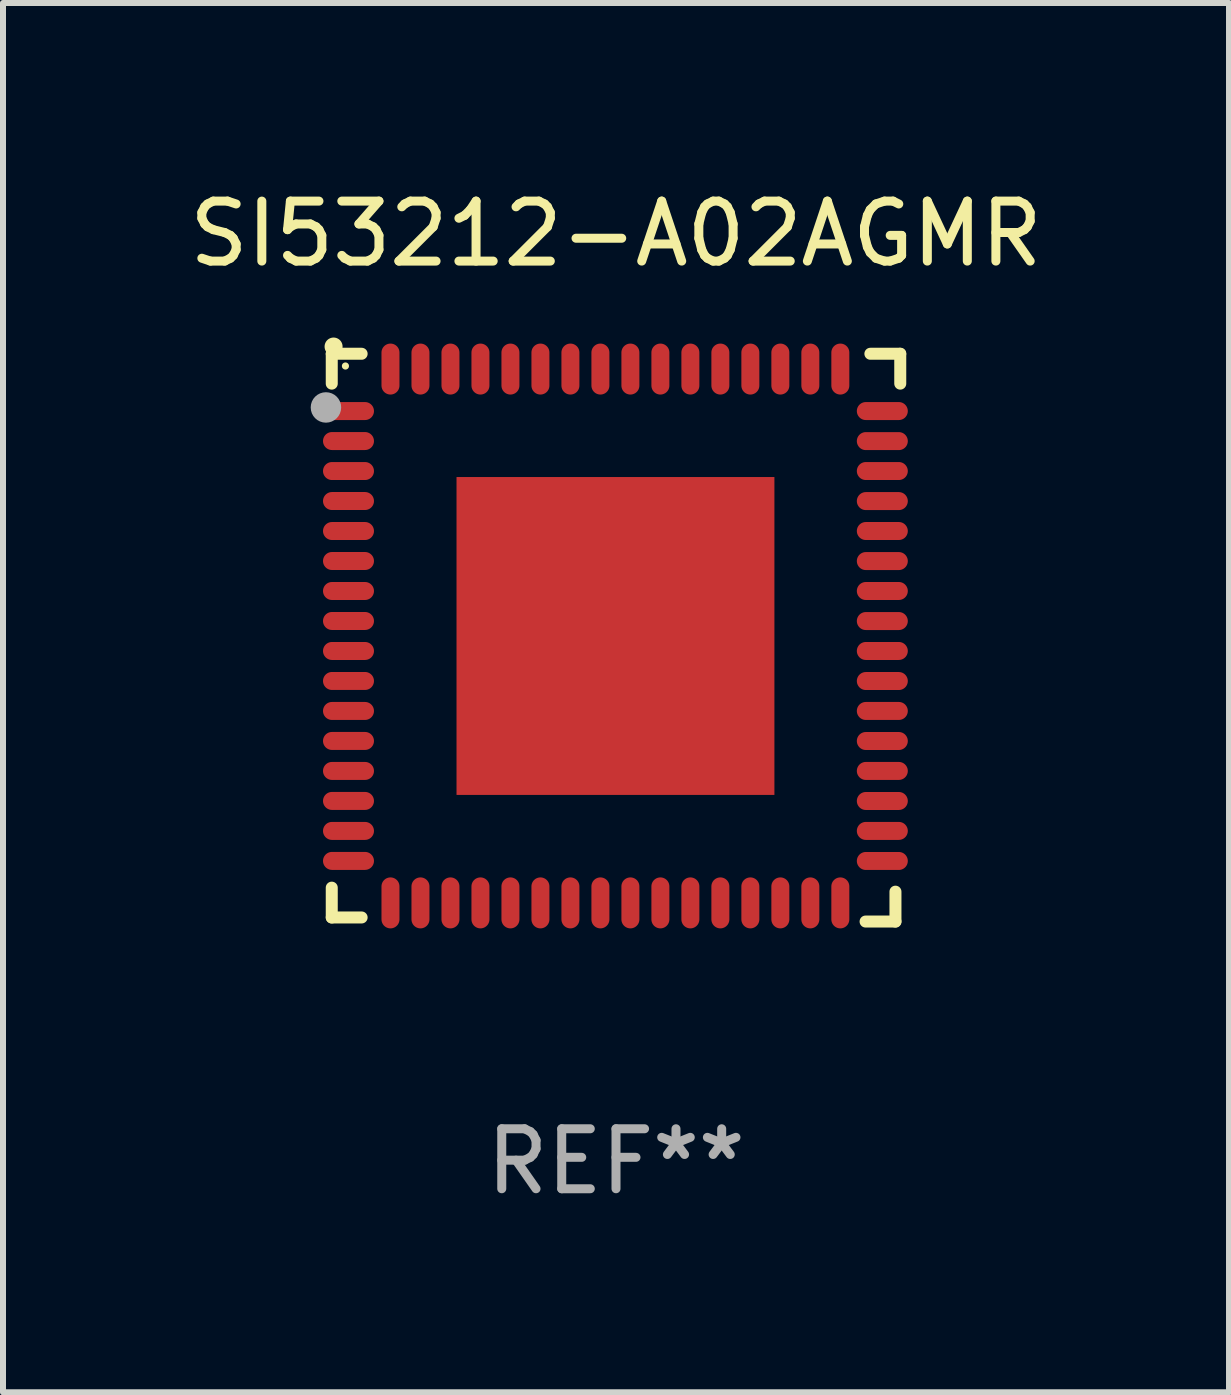
<source format=kicad_pcb>
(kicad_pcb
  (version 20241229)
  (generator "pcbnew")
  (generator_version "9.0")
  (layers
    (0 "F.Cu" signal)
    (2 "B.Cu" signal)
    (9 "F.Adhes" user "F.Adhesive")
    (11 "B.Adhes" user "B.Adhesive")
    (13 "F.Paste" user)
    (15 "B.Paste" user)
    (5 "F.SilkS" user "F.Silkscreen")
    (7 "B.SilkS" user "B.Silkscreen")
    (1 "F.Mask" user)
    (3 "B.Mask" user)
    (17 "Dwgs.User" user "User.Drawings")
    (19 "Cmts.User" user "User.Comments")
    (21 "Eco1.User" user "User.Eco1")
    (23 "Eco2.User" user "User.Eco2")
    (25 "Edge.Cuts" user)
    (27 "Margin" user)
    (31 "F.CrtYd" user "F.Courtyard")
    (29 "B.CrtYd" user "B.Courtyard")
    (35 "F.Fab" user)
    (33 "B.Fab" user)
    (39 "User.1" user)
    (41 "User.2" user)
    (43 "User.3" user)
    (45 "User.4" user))
  (footprint "SI53212-A02AGMR"
    (layer "F.Cu")
    (at 7.22 7.581)
    (property "Reference" "SI53212-A02AGMR" (at 0 -6.733 0) (layer "F.SilkS") (effects (font (size 1 1) (thickness 0.15))))
    (attr through_hole)
    (fp_line (start -4.739 -4.733) (end -4.241 -4.733) (stroke (width 0.2) (type solid)) (layer "F.SilkS"))
    (fp_line (start -4.739 -4.235) (end -4.739 -4.733) (stroke (width 0.2) (type solid)) (layer "F.SilkS"))
    (fp_line (start -4.739 4.168) (end -4.739 4.665) (stroke (width 0.2) (type solid)) (layer "F.SilkS"))
    (fp_line (start -4.739 4.665) (end -4.241 4.665) (stroke (width 0.2) (type solid)) (layer "F.SilkS"))
    (fp_line (start 4.161 4.733) (end 4.659 4.733) (stroke (width 0.2) (type solid)) (layer "F.SilkS"))
    (fp_line (start 4.241 -4.733) (end 4.739 -4.733) (stroke (width 0.2) (type solid)) (layer "F.SilkS"))
    (fp_line (start 4.659 4.733) (end 4.659 4.235) (stroke (width 0.2) (type solid)) (layer "F.SilkS"))
    (fp_line (start 4.739 -4.733) (end 4.739 -4.235) (stroke (width 0.2) (type solid)) (layer "F.SilkS"))
    (fp_arc (start -4.708623 -4.85108) (mid -4.708628 -4.85235) (end -4.708623 -4.85362) (stroke (width 0.3) (type solid)) (layer "F.SilkS"))
    (fp_circle (center -4.511 -4.529) (end -4.481 -4.529) (stroke (width 0.06) (type solid)) (fill no) (layer "F.SilkS"))
    (fp_circle (center -4.836 -3.838) (end -4.709 -3.838) (stroke (width 0.254) (type solid)) (fill no) (layer "F.Fab"))
    (fp_text user "REF**" (at 0 8.733 0) (layer "F.Fab") (effects (font (size 1 1) (thickness 0.15))))
    (pad "1" smd oval (at -4.46 -3.778) (size 0.85 0.3) (layers "F.Cu" "F.Mask" "F.Paste"))
    (pad "2" smd oval (at -4.46 -3.278) (size 0.85 0.3) (layers "F.Cu" "F.Mask" "F.Paste"))
    (pad "3" smd oval (at -4.46 -2.778) (size 0.85 0.3) (layers "F.Cu" "F.Mask" "F.Paste"))
    (pad "4" smd oval (at -4.46 -2.278) (size 0.85 0.3) (layers "F.Cu" "F.Mask" "F.Paste"))
    (pad "5" smd oval (at -4.46 -1.778) (size 0.85 0.3) (layers "F.Cu" "F.Mask" "F.Paste"))
    (pad "6" smd oval (at -4.46 -1.278) (size 0.85 0.3) (layers "F.Cu" "F.Mask" "F.Paste"))
    (pad "7" smd oval (at -4.46 -0.778) (size 0.85 0.3) (layers "F.Cu" "F.Mask" "F.Paste"))
    (pad "8" smd oval (at -4.46 -0.278) (size 0.85 0.3) (layers "F.Cu" "F.Mask" "F.Paste"))
    (pad "9" smd oval (at -4.46 0.222) (size 0.85 0.3) (layers "F.Cu" "F.Mask" "F.Paste"))
    (pad "10" smd oval (at -4.46 0.722) (size 0.85 0.3) (layers "F.Cu" "F.Mask" "F.Paste"))
    (pad "11" smd oval (at -4.46 1.222) (size 0.85 0.3) (layers "F.Cu" "F.Mask" "F.Paste"))
    (pad "12" smd oval (at -4.46 1.722) (size 0.85 0.3) (layers "F.Cu" "F.Mask" "F.Paste"))
    (pad "13" smd oval (at -4.46 2.222) (size 0.85 0.3) (layers "F.Cu" "F.Mask" "F.Paste"))
    (pad "14" smd oval (at -4.46 2.722) (size 0.85 0.3) (layers "F.Cu" "F.Mask" "F.Paste"))
    (pad "15" smd oval (at -4.46 3.222) (size 0.85 0.3) (layers "F.Cu" "F.Mask" "F.Paste"))
    (pad "16" smd oval (at -4.46 3.722) (size 0.85 0.3) (layers "F.Cu" "F.Mask" "F.Paste"))
    (pad "17" smd oval (at -3.76 4.422) (size 0.3 0.85) (layers "F.Cu" "F.Mask" "F.Paste"))
    (pad "18" smd oval (at -3.26 4.422) (size 0.3 0.85) (layers "F.Cu" "F.Mask" "F.Paste"))
    (pad "19" smd oval (at -2.76 4.422) (size 0.3 0.85) (layers "F.Cu" "F.Mask" "F.Paste"))
    (pad "20" smd oval (at -2.26 4.422) (size 0.3 0.85) (layers "F.Cu" "F.Mask" "F.Paste"))
    (pad "21" smd oval (at -1.76 4.422) (size 0.3 0.85) (layers "F.Cu" "F.Mask" "F.Paste"))
    (pad "22" smd oval (at -1.26 4.422) (size 0.3 0.85) (layers "F.Cu" "F.Mask" "F.Paste"))
    (pad "23" smd oval (at -0.76 4.422) (size 0.3 0.85) (layers "F.Cu" "F.Mask" "F.Paste"))
    (pad "24" smd oval (at -0.26 4.422) (size 0.3 0.85) (layers "F.Cu" "F.Mask" "F.Paste"))
    (pad "25" smd oval (at 0.24 4.422) (size 0.3 0.85) (layers "F.Cu" "F.Mask" "F.Paste"))
    (pad "26" smd oval (at 0.74 4.422) (size 0.3 0.85) (layers "F.Cu" "F.Mask" "F.Paste"))
    (pad "27" smd oval (at 1.24 4.422) (size 0.3 0.85) (layers "F.Cu" "F.Mask" "F.Paste"))
    (pad "28" smd oval (at 1.74 4.422) (size 0.3 0.85) (layers "F.Cu" "F.Mask" "F.Paste"))
    (pad "29" smd oval (at 2.24 4.422) (size 0.3 0.85) (layers "F.Cu" "F.Mask" "F.Paste"))
    (pad "30" smd oval (at 2.74 4.422) (size 0.3 0.85) (layers "F.Cu" "F.Mask" "F.Paste"))
    (pad "31" smd oval (at 3.24 4.422) (size 0.3 0.85) (layers "F.Cu" "F.Mask" "F.Paste"))
    (pad "32" smd oval (at 3.74 4.422) (size 0.3 0.85) (layers "F.Cu" "F.Mask" "F.Paste"))
    (pad "33" smd oval (at 4.44 3.723) (size 0.85 0.3) (layers "F.Cu" "F.Mask" "F.Paste"))
    (pad "34" smd oval (at 4.44 3.222) (size 0.85 0.3) (layers "F.Cu" "F.Mask" "F.Paste"))
    (pad "35" smd oval (at 4.44 2.723) (size 0.85 0.3) (layers "F.Cu" "F.Mask" "F.Paste"))
    (pad "36" smd oval (at 4.44 2.222) (size 0.85 0.3) (layers "F.Cu" "F.Mask" "F.Paste"))
    (pad "37" smd oval (at 4.44 1.723) (size 0.85 0.3) (layers "F.Cu" "F.Mask" "F.Paste"))
    (pad "38" smd oval (at 4.44 1.222) (size 0.85 0.3) (layers "F.Cu" "F.Mask" "F.Paste"))
    (pad "39" smd oval (at 4.44 0.723) (size 0.85 0.3) (layers "F.Cu" "F.Mask" "F.Paste"))
    (pad "40" smd oval (at 4.44 0.222) (size 0.85 0.3) (layers "F.Cu" "F.Mask" "F.Paste"))
    (pad "41" smd oval (at 4.44 -0.277) (size 0.85 0.3) (layers "F.Cu" "F.Mask" "F.Paste"))
    (pad "42" smd oval (at 4.44 -0.778) (size 0.85 0.3) (layers "F.Cu" "F.Mask" "F.Paste"))
    (pad "43" smd oval (at 4.44 -1.277) (size 0.85 0.3) (layers "F.Cu" "F.Mask" "F.Paste"))
    (pad "44" smd oval (at 4.44 -1.778) (size 0.85 0.3) (layers "F.Cu" "F.Mask" "F.Paste"))
    (pad "45" smd oval (at 4.44 -2.277) (size 0.85 0.3) (layers "F.Cu" "F.Mask" "F.Paste"))
    (pad "46" smd oval (at 4.44 -2.778) (size 0.85 0.3) (layers "F.Cu" "F.Mask" "F.Paste"))
    (pad "47" smd oval (at 4.44 -3.277) (size 0.85 0.3) (layers "F.Cu" "F.Mask" "F.Paste"))
    (pad "48" smd oval (at 4.44 -3.778) (size 0.85 0.3) (layers "F.Cu" "F.Mask" "F.Paste"))
    (pad "49" smd oval (at 3.74 -4.478) (size 0.3 0.85) (layers "F.Cu" "F.Mask" "F.Paste"))
    (pad "50" smd oval (at 3.24 -4.478) (size 0.3 0.85) (layers "F.Cu" "F.Mask" "F.Paste"))
    (pad "51" smd oval (at 2.74 -4.478) (size 0.3 0.85) (layers "F.Cu" "F.Mask" "F.Paste"))
    (pad "52" smd oval (at 2.24 -4.478) (size 0.3 0.85) (layers "F.Cu" "F.Mask" "F.Paste"))
    (pad "53" smd oval (at 1.74 -4.478) (size 0.3 0.85) (layers "F.Cu" "F.Mask" "F.Paste"))
    (pad "54" smd oval (at 1.24 -4.478) (size 0.3 0.85) (layers "F.Cu" "F.Mask" "F.Paste"))
    (pad "55" smd oval (at 0.74 -4.478) (size 0.3 0.85) (layers "F.Cu" "F.Mask" "F.Paste"))
    (pad "56" smd oval (at 0.24 -4.478) (size 0.3 0.85) (layers "F.Cu" "F.Mask" "F.Paste"))
    (pad "57" smd oval (at -0.26 -4.478) (size 0.3 0.85) (layers "F.Cu" "F.Mask" "F.Paste"))
    (pad "58" smd oval (at -0.76 -4.478) (size 0.3 0.85) (layers "F.Cu" "F.Mask" "F.Paste"))
    (pad "59" smd oval (at -1.26 -4.478) (size 0.3 0.85) (layers "F.Cu" "F.Mask" "F.Paste"))
    (pad "60" smd oval (at -1.76 -4.478) (size 0.3 0.85) (layers "F.Cu" "F.Mask" "F.Paste"))
    (pad "61" smd oval (at -2.26 -4.478) (size 0.3 0.85) (layers "F.Cu" "F.Mask" "F.Paste"))
    (pad "62" smd oval (at -2.76 -4.478) (size 0.3 0.85) (layers "F.Cu" "F.Mask" "F.Paste"))
    (pad "63" smd oval (at -3.26 -4.478) (size 0.3 0.85) (layers "F.Cu" "F.Mask" "F.Paste"))
    (pad "64" smd oval (at -3.76 -4.478) (size 0.3 0.85) (layers "F.Cu" "F.Mask" "F.Paste"))
    (pad "65" smd rect (at -0.009 -0.028 90) (size 5.3 5.3) (layers "F.Cu" "F.Mask" "F.Paste")))
  (gr_rect
    (start -3 -3)
    (end 17.44 20.162)
    (stroke (width 0.1) (type default))
    (fill no)
    (layer "Edge.Cuts")))
</source>
